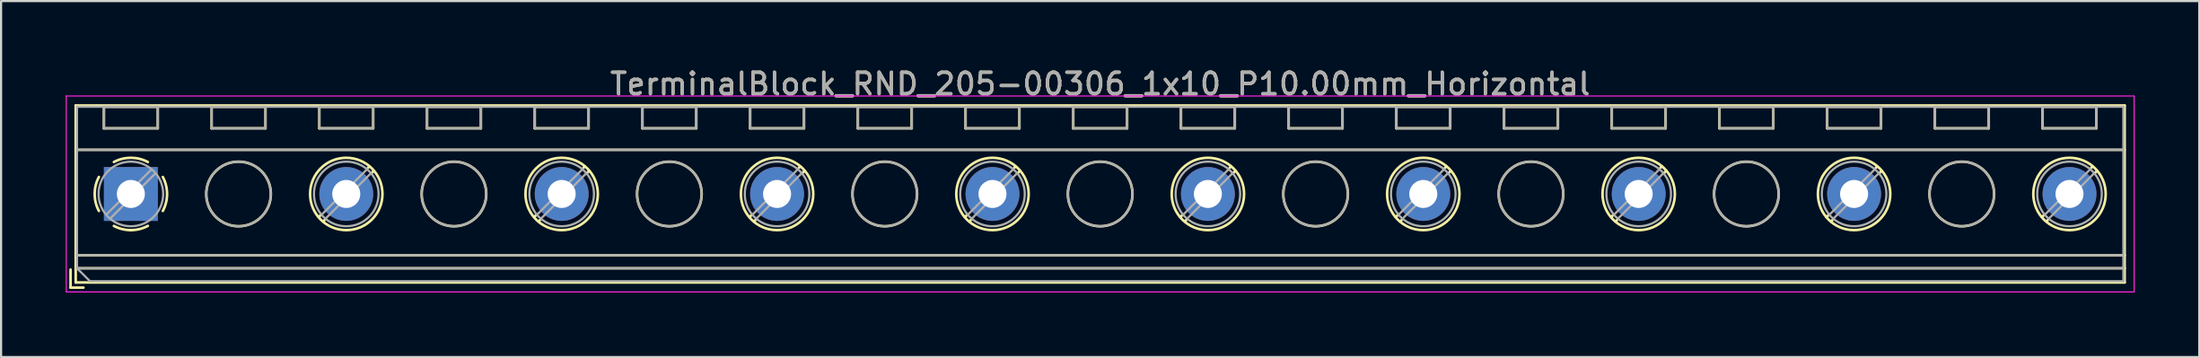
<source format=kicad_pcb>
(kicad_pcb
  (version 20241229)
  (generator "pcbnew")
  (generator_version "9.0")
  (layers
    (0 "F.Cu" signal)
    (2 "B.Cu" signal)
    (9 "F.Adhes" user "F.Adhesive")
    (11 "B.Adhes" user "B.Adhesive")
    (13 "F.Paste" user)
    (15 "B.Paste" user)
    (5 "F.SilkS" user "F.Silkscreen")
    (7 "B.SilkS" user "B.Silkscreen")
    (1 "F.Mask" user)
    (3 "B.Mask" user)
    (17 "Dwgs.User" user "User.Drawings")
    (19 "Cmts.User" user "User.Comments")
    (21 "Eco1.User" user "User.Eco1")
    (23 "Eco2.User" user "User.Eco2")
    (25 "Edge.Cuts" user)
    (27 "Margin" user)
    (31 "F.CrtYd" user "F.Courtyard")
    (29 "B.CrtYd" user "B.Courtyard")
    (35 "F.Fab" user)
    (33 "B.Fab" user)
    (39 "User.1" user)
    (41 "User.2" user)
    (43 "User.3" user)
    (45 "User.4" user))
  (footprint "TerminalBlock_RND_205-00306_1x10_P10.00mm_Horizontal"
    (layer "F.Cu")
    (at 3.025 5.958)
    (property "Reference" "TerminalBlock_RND_205-00306_1x10_P10.00mm_Horizontal" (at 45 -5.11 0) (layer "F.SilkS") (effects (font (size 1 1) (thickness 0.15))))
    (attr through_hole)
    (fp_line (start -2.8 3.51) (end -2.8 4.35) (stroke (width 0.12) (type solid)) (layer "F.SilkS"))
    (fp_line (start -2.8 4.35) (end -2.2 4.35) (stroke (width 0.12) (type solid)) (layer "F.SilkS"))
    (fp_line (start -2.56 -4.11) (end -2.56 4.11) (stroke (width 0.12) (type solid)) (layer "F.SilkS"))
    (fp_line (start -2.56 -4.11) (end 92.56 -4.11) (stroke (width 0.12) (type solid)) (layer "F.SilkS"))
    (fp_line (start -2.56 -2.05) (end 92.56 -2.05) (stroke (width 0.12) (type solid)) (layer "F.SilkS"))
    (fp_line (start -2.56 2.85) (end 92.56 2.85) (stroke (width 0.12) (type solid)) (layer "F.SilkS"))
    (fp_line (start -2.56 3.45) (end 92.56 3.45) (stroke (width 0.12) (type solid)) (layer "F.SilkS"))
    (fp_line (start -2.56 4.11) (end 92.56 4.11) (stroke (width 0.12) (type solid)) (layer "F.SilkS"))
    (fp_line (start -1.25 -4.05) (end -1.25 -3.05) (stroke (width 0.12) (type solid)) (layer "F.SilkS"))
    (fp_line (start -1.25 -4.05) (end 1.25 -4.05) (stroke (width 0.12) (type solid)) (layer "F.SilkS"))
    (fp_line (start -1.25 -3.05) (end 1.25 -3.05) (stroke (width 0.12) (type solid)) (layer "F.SilkS"))
    (fp_line (start 1.25 -4.05) (end 1.25 -3.05) (stroke (width 0.12) (type solid)) (layer "F.SilkS"))
    (fp_line (start 3.75 -4.05) (end 3.75 -3.05) (stroke (width 0.12) (type solid)) (layer "F.SilkS"))
    (fp_line (start 3.75 -4.05) (end 6.25 -4.05) (stroke (width 0.12) (type solid)) (layer "F.SilkS"))
    (fp_line (start 3.75 -3.05) (end 6.25 -3.05) (stroke (width 0.12) (type solid)) (layer "F.SilkS"))
    (fp_line (start 6.25 -4.05) (end 6.25 -3.05) (stroke (width 0.12) (type solid)) (layer "F.SilkS"))
    (fp_line (start 8.75 -4.05) (end 8.75 -3.05) (stroke (width 0.12) (type solid)) (layer "F.SilkS"))
    (fp_line (start 8.75 -4.05) (end 11.25 -4.05) (stroke (width 0.12) (type solid)) (layer "F.SilkS"))
    (fp_line (start 8.75 -3.05) (end 11.25 -3.05) (stroke (width 0.12) (type solid)) (layer "F.SilkS"))
    (fp_line (start 8.82 0.976) (end 8.726 1.069) (stroke (width 0.12) (type solid)) (layer "F.SilkS"))
    (fp_line (start 8.99 1.216) (end 8.931 1.274) (stroke (width 0.12) (type solid)) (layer "F.SilkS"))
    (fp_line (start 11.07 -1.275) (end 11.011 -1.216) (stroke (width 0.12) (type solid)) (layer "F.SilkS"))
    (fp_line (start 11.25 -4.05) (end 11.25 -3.05) (stroke (width 0.12) (type solid)) (layer "F.SilkS"))
    (fp_line (start 11.275 -1.069) (end 11.181 -0.976) (stroke (width 0.12) (type solid)) (layer "F.SilkS"))
    (fp_line (start 13.75 -4.05) (end 13.75 -3.05) (stroke (width 0.12) (type solid)) (layer "F.SilkS"))
    (fp_line (start 13.75 -4.05) (end 16.25 -4.05) (stroke (width 0.12) (type solid)) (layer "F.SilkS"))
    (fp_line (start 13.75 -3.05) (end 16.25 -3.05) (stroke (width 0.12) (type solid)) (layer "F.SilkS"))
    (fp_line (start 16.25 -4.05) (end 16.25 -3.05) (stroke (width 0.12) (type solid)) (layer "F.SilkS"))
    (fp_line (start 18.75 -4.05) (end 18.75 -3.05) (stroke (width 0.12) (type solid)) (layer "F.SilkS"))
    (fp_line (start 18.75 -4.05) (end 21.25 -4.05) (stroke (width 0.12) (type solid)) (layer "F.SilkS"))
    (fp_line (start 18.75 -3.05) (end 21.25 -3.05) (stroke (width 0.12) (type solid)) (layer "F.SilkS"))
    (fp_line (start 18.82 0.976) (end 18.726 1.069) (stroke (width 0.12) (type solid)) (layer "F.SilkS"))
    (fp_line (start 18.99 1.216) (end 18.931 1.274) (stroke (width 0.12) (type solid)) (layer "F.SilkS"))
    (fp_line (start 21.07 -1.275) (end 21.011 -1.216) (stroke (width 0.12) (type solid)) (layer "F.SilkS"))
    (fp_line (start 21.25 -4.05) (end 21.25 -3.05) (stroke (width 0.12) (type solid)) (layer "F.SilkS"))
    (fp_line (start 21.275 -1.069) (end 21.181 -0.976) (stroke (width 0.12) (type solid)) (layer "F.SilkS"))
    (fp_line (start 23.75 -4.05) (end 23.75 -3.05) (stroke (width 0.12) (type solid)) (layer "F.SilkS"))
    (fp_line (start 23.75 -4.05) (end 26.25 -4.05) (stroke (width 0.12) (type solid)) (layer "F.SilkS"))
    (fp_line (start 23.75 -3.05) (end 26.25 -3.05) (stroke (width 0.12) (type solid)) (layer "F.SilkS"))
    (fp_line (start 26.25 -4.05) (end 26.25 -3.05) (stroke (width 0.12) (type solid)) (layer "F.SilkS"))
    (fp_line (start 28.75 -4.05) (end 28.75 -3.05) (stroke (width 0.12) (type solid)) (layer "F.SilkS"))
    (fp_line (start 28.75 -4.05) (end 31.25 -4.05) (stroke (width 0.12) (type solid)) (layer "F.SilkS"))
    (fp_line (start 28.75 -3.05) (end 31.25 -3.05) (stroke (width 0.12) (type solid)) (layer "F.SilkS"))
    (fp_line (start 28.82 0.976) (end 28.726 1.069) (stroke (width 0.12) (type solid)) (layer "F.SilkS"))
    (fp_line (start 28.99 1.216) (end 28.931 1.274) (stroke (width 0.12) (type solid)) (layer "F.SilkS"))
    (fp_line (start 31.07 -1.275) (end 31.011 -1.216) (stroke (width 0.12) (type solid)) (layer "F.SilkS"))
    (fp_line (start 31.25 -4.05) (end 31.25 -3.05) (stroke (width 0.12) (type solid)) (layer "F.SilkS"))
    (fp_line (start 31.275 -1.069) (end 31.181 -0.976) (stroke (width 0.12) (type solid)) (layer "F.SilkS"))
    (fp_line (start 33.75 -4.05) (end 33.75 -3.05) (stroke (width 0.12) (type solid)) (layer "F.SilkS"))
    (fp_line (start 33.75 -4.05) (end 36.25 -4.05) (stroke (width 0.12) (type solid)) (layer "F.SilkS"))
    (fp_line (start 33.75 -3.05) (end 36.25 -3.05) (stroke (width 0.12) (type solid)) (layer "F.SilkS"))
    (fp_line (start 36.25 -4.05) (end 36.25 -3.05) (stroke (width 0.12) (type solid)) (layer "F.SilkS"))
    (fp_line (start 38.75 -4.05) (end 38.75 -3.05) (stroke (width 0.12) (type solid)) (layer "F.SilkS"))
    (fp_line (start 38.75 -4.05) (end 41.25 -4.05) (stroke (width 0.12) (type solid)) (layer "F.SilkS"))
    (fp_line (start 38.75 -3.05) (end 41.25 -3.05) (stroke (width 0.12) (type solid)) (layer "F.SilkS"))
    (fp_line (start 38.82 0.976) (end 38.726 1.069) (stroke (width 0.12) (type solid)) (layer "F.SilkS"))
    (fp_line (start 38.99 1.216) (end 38.931 1.274) (stroke (width 0.12) (type solid)) (layer "F.SilkS"))
    (fp_line (start 41.07 -1.275) (end 41.011 -1.216) (stroke (width 0.12) (type solid)) (layer "F.SilkS"))
    (fp_line (start 41.25 -4.05) (end 41.25 -3.05) (stroke (width 0.12) (type solid)) (layer "F.SilkS"))
    (fp_line (start 41.275 -1.069) (end 41.181 -0.976) (stroke (width 0.12) (type solid)) (layer "F.SilkS"))
    (fp_line (start 43.75 -4.05) (end 43.75 -3.05) (stroke (width 0.12) (type solid)) (layer "F.SilkS"))
    (fp_line (start 43.75 -4.05) (end 46.25 -4.05) (stroke (width 0.12) (type solid)) (layer "F.SilkS"))
    (fp_line (start 43.75 -3.05) (end 46.25 -3.05) (stroke (width 0.12) (type solid)) (layer "F.SilkS"))
    (fp_line (start 46.25 -4.05) (end 46.25 -3.05) (stroke (width 0.12) (type solid)) (layer "F.SilkS"))
    (fp_line (start 48.75 -4.05) (end 48.75 -3.05) (stroke (width 0.12) (type solid)) (layer "F.SilkS"))
    (fp_line (start 48.75 -4.05) (end 51.25 -4.05) (stroke (width 0.12) (type solid)) (layer "F.SilkS"))
    (fp_line (start 48.75 -3.05) (end 51.25 -3.05) (stroke (width 0.12) (type solid)) (layer "F.SilkS"))
    (fp_line (start 48.82 0.976) (end 48.726 1.069) (stroke (width 0.12) (type solid)) (layer "F.SilkS"))
    (fp_line (start 48.99 1.216) (end 48.931 1.274) (stroke (width 0.12) (type solid)) (layer "F.SilkS"))
    (fp_line (start 51.07 -1.275) (end 51.011 -1.216) (stroke (width 0.12) (type solid)) (layer "F.SilkS"))
    (fp_line (start 51.25 -4.05) (end 51.25 -3.05) (stroke (width 0.12) (type solid)) (layer "F.SilkS"))
    (fp_line (start 51.275 -1.069) (end 51.181 -0.976) (stroke (width 0.12) (type solid)) (layer "F.SilkS"))
    (fp_line (start 53.75 -4.05) (end 53.75 -3.05) (stroke (width 0.12) (type solid)) (layer "F.SilkS"))
    (fp_line (start 53.75 -4.05) (end 56.25 -4.05) (stroke (width 0.12) (type solid)) (layer "F.SilkS"))
    (fp_line (start 53.75 -3.05) (end 56.25 -3.05) (stroke (width 0.12) (type solid)) (layer "F.SilkS"))
    (fp_line (start 56.25 -4.05) (end 56.25 -3.05) (stroke (width 0.12) (type solid)) (layer "F.SilkS"))
    (fp_line (start 58.75 -4.05) (end 58.75 -3.05) (stroke (width 0.12) (type solid)) (layer "F.SilkS"))
    (fp_line (start 58.75 -4.05) (end 61.25 -4.05) (stroke (width 0.12) (type solid)) (layer "F.SilkS"))
    (fp_line (start 58.75 -3.05) (end 61.25 -3.05) (stroke (width 0.12) (type solid)) (layer "F.SilkS"))
    (fp_line (start 58.82 0.976) (end 58.726 1.069) (stroke (width 0.12) (type solid)) (layer "F.SilkS"))
    (fp_line (start 58.99 1.216) (end 58.931 1.274) (stroke (width 0.12) (type solid)) (layer "F.SilkS"))
    (fp_line (start 61.07 -1.275) (end 61.011 -1.216) (stroke (width 0.12) (type solid)) (layer "F.SilkS"))
    (fp_line (start 61.25 -4.05) (end 61.25 -3.05) (stroke (width 0.12) (type solid)) (layer "F.SilkS"))
    (fp_line (start 61.275 -1.069) (end 61.181 -0.976) (stroke (width 0.12) (type solid)) (layer "F.SilkS"))
    (fp_line (start 63.75 -4.05) (end 63.75 -3.05) (stroke (width 0.12) (type solid)) (layer "F.SilkS"))
    (fp_line (start 63.75 -4.05) (end 66.25 -4.05) (stroke (width 0.12) (type solid)) (layer "F.SilkS"))
    (fp_line (start 63.75 -3.05) (end 66.25 -3.05) (stroke (width 0.12) (type solid)) (layer "F.SilkS"))
    (fp_line (start 66.25 -4.05) (end 66.25 -3.05) (stroke (width 0.12) (type solid)) (layer "F.SilkS"))
    (fp_line (start 68.75 -4.05) (end 68.75 -3.05) (stroke (width 0.12) (type solid)) (layer "F.SilkS"))
    (fp_line (start 68.75 -4.05) (end 71.25 -4.05) (stroke (width 0.12) (type solid)) (layer "F.SilkS"))
    (fp_line (start 68.75 -3.05) (end 71.25 -3.05) (stroke (width 0.12) (type solid)) (layer "F.SilkS"))
    (fp_line (start 68.82 0.976) (end 68.726 1.069) (stroke (width 0.12) (type solid)) (layer "F.SilkS"))
    (fp_line (start 68.99 1.216) (end 68.931 1.274) (stroke (width 0.12) (type solid)) (layer "F.SilkS"))
    (fp_line (start 71.07 -1.275) (end 71.011 -1.216) (stroke (width 0.12) (type solid)) (layer "F.SilkS"))
    (fp_line (start 71.25 -4.05) (end 71.25 -3.05) (stroke (width 0.12) (type solid)) (layer "F.SilkS"))
    (fp_line (start 71.275 -1.069) (end 71.181 -0.976) (stroke (width 0.12) (type solid)) (layer "F.SilkS"))
    (fp_line (start 73.75 -4.05) (end 73.75 -3.05) (stroke (width 0.12) (type solid)) (layer "F.SilkS"))
    (fp_line (start 73.75 -4.05) (end 76.25 -4.05) (stroke (width 0.12) (type solid)) (layer "F.SilkS"))
    (fp_line (start 73.75 -3.05) (end 76.25 -3.05) (stroke (width 0.12) (type solid)) (layer "F.SilkS"))
    (fp_line (start 76.25 -4.05) (end 76.25 -3.05) (stroke (width 0.12) (type solid)) (layer "F.SilkS"))
    (fp_line (start 78.75 -4.05) (end 78.75 -3.05) (stroke (width 0.12) (type solid)) (layer "F.SilkS"))
    (fp_line (start 78.75 -4.05) (end 81.25 -4.05) (stroke (width 0.12) (type solid)) (layer "F.SilkS"))
    (fp_line (start 78.75 -3.05) (end 81.25 -3.05) (stroke (width 0.12) (type solid)) (layer "F.SilkS"))
    (fp_line (start 78.82 0.976) (end 78.726 1.069) (stroke (width 0.12) (type solid)) (layer "F.SilkS"))
    (fp_line (start 78.99 1.216) (end 78.931 1.274) (stroke (width 0.12) (type solid)) (layer "F.SilkS"))
    (fp_line (start 81.07 -1.275) (end 81.011 -1.216) (stroke (width 0.12) (type solid)) (layer "F.SilkS"))
    (fp_line (start 81.25 -4.05) (end 81.25 -3.05) (stroke (width 0.12) (type solid)) (layer "F.SilkS"))
    (fp_line (start 81.275 -1.069) (end 81.181 -0.976) (stroke (width 0.12) (type solid)) (layer "F.SilkS"))
    (fp_line (start 83.75 -4.05) (end 83.75 -3.05) (stroke (width 0.12) (type solid)) (layer "F.SilkS"))
    (fp_line (start 83.75 -4.05) (end 86.25 -4.05) (stroke (width 0.12) (type solid)) (layer "F.SilkS"))
    (fp_line (start 83.75 -3.05) (end 86.25 -3.05) (stroke (width 0.12) (type solid)) (layer "F.SilkS"))
    (fp_line (start 86.25 -4.05) (end 86.25 -3.05) (stroke (width 0.12) (type solid)) (layer "F.SilkS"))
    (fp_line (start 88.75 -4.05) (end 88.75 -3.05) (stroke (width 0.12) (type solid)) (layer "F.SilkS"))
    (fp_line (start 88.75 -4.05) (end 91.25 -4.05) (stroke (width 0.12) (type solid)) (layer "F.SilkS"))
    (fp_line (start 88.75 -3.05) (end 91.25 -3.05) (stroke (width 0.12) (type solid)) (layer "F.SilkS"))
    (fp_line (start 88.82 0.976) (end 88.726 1.069) (stroke (width 0.12) (type solid)) (layer "F.SilkS"))
    (fp_line (start 88.99 1.216) (end 88.931 1.274) (stroke (width 0.12) (type solid)) (layer "F.SilkS"))
    (fp_line (start 91.07 -1.275) (end 91.011 -1.216) (stroke (width 0.12) (type solid)) (layer "F.SilkS"))
    (fp_line (start 91.25 -4.05) (end 91.25 -3.05) (stroke (width 0.12) (type solid)) (layer "F.SilkS"))
    (fp_line (start 91.275 -1.069) (end 91.181 -0.976) (stroke (width 0.12) (type solid)) (layer "F.SilkS"))
    (fp_line (start 92.56 -4.11) (end 92.56 4.11) (stroke (width 0.12) (type solid)) (layer "F.SilkS"))
    (fp_arc (start -1.483953 0.789089) (mid -1.680708 0.00005) (end -1.484 -0.789) (stroke (width 0.12) (type solid)) (layer "F.SilkS"))
    (fp_arc (start -0.789089 -1.483953) (mid -0.00005 -1.680708) (end 0.789 -1.484) (stroke (width 0.12) (type solid)) (layer "F.SilkS"))
    (fp_arc (start 0.029383 1.68045) (mid -0.392304 1.634281) (end -0.789 1.484) (stroke (width 0.12) (type solid)) (layer "F.SilkS"))
    (fp_arc (start 0.788712 1.483352) (mid 0.406429 1.630097) (end 0 1.68) (stroke (width 0.12) (type solid)) (layer "F.SilkS"))
    (fp_arc (start 1.483953 -0.789089) (mid 1.680708 -0.00005) (end 1.484 0.789) (stroke (width 0.12) (type solid)) (layer "F.SilkS"))
    (fp_circle (center 5 0) (end 6.5 0) (stroke (width 0.12) (type solid)) (fill no) (layer "F.SilkS"))
    (fp_circle (center 10 0) (end 11.68 0) (stroke (width 0.12) (type solid)) (fill no) (layer "F.SilkS"))
    (fp_circle (center 15 0) (end 16.5 0) (stroke (width 0.12) (type solid)) (fill no) (layer "F.SilkS"))
    (fp_circle (center 20 0) (end 21.68 0) (stroke (width 0.12) (type solid)) (fill no) (layer "F.SilkS"))
    (fp_circle (center 25 0) (end 26.5 0) (stroke (width 0.12) (type solid)) (fill no) (layer "F.SilkS"))
    (fp_circle (center 30 0) (end 31.68 0) (stroke (width 0.12) (type solid)) (fill no) (layer "F.SilkS"))
    (fp_circle (center 35 0) (end 36.5 0) (stroke (width 0.12) (type solid)) (fill no) (layer "F.SilkS"))
    (fp_circle (center 40 0) (end 41.68 0) (stroke (width 0.12) (type solid)) (fill no) (layer "F.SilkS"))
    (fp_circle (center 45 0) (end 46.5 0) (stroke (width 0.12) (type solid)) (fill no) (layer "F.SilkS"))
    (fp_circle (center 50 0) (end 51.68 0) (stroke (width 0.12) (type solid)) (fill no) (layer "F.SilkS"))
    (fp_circle (center 55 0) (end 56.5 0) (stroke (width 0.12) (type solid)) (fill no) (layer "F.SilkS"))
    (fp_circle (center 60 0) (end 61.68 0) (stroke (width 0.12) (type solid)) (fill no) (layer "F.SilkS"))
    (fp_circle (center 65 0) (end 66.5 0) (stroke (width 0.12) (type solid)) (fill no) (layer "F.SilkS"))
    (fp_circle (center 70 0) (end 71.68 0) (stroke (width 0.12) (type solid)) (fill no) (layer "F.SilkS"))
    (fp_circle (center 75 0) (end 76.5 0) (stroke (width 0.12) (type solid)) (fill no) (layer "F.SilkS"))
    (fp_circle (center 80 0) (end 81.68 0) (stroke (width 0.12) (type solid)) (fill no) (layer "F.SilkS"))
    (fp_circle (center 85 0) (end 86.5 0) (stroke (width 0.12) (type solid)) (fill no) (layer "F.SilkS"))
    (fp_circle (center 90 0) (end 91.68 0) (stroke (width 0.12) (type solid)) (fill no) (layer "F.SilkS"))
    (fp_line (start -3 -4.55) (end -3 4.55) (stroke (width 0.05) (type solid)) (layer "F.CrtYd"))
    (fp_line (start -3 4.55) (end 93 4.55) (stroke (width 0.05) (type solid)) (layer "F.CrtYd"))
    (fp_line (start 93 -4.55) (end -3 -4.55) (stroke (width 0.05) (type solid)) (layer "F.CrtYd"))
    (fp_line (start 93 4.55) (end 93 -4.55) (stroke (width 0.05) (type solid)) (layer "F.CrtYd"))
    (fp_line (start -2.5 -4.05) (end 92.5 -4.05) (stroke (width 0.1) (type solid)) (layer "F.Fab"))
    (fp_line (start -2.5 -2.05) (end 92.5 -2.05) (stroke (width 0.1) (type solid)) (layer "F.Fab"))
    (fp_line (start -2.5 2.85) (end 92.5 2.85) (stroke (width 0.1) (type solid)) (layer "F.Fab"))
    (fp_line (start -2.5 3.45) (end -2.5 -4.05) (stroke (width 0.1) (type solid)) (layer "F.Fab"))
    (fp_line (start -2.5 3.45) (end 92.5 3.45) (stroke (width 0.1) (type solid)) (layer "F.Fab"))
    (fp_line (start -1.9 4.05) (end -2.5 3.45) (stroke (width 0.1) (type solid)) (layer "F.Fab"))
    (fp_line (start -1.25 -4.05) (end -1.25 -3.05) (stroke (width 0.1) (type solid)) (layer "F.Fab"))
    (fp_line (start -1.25 -3.05) (end 1.25 -3.05) (stroke (width 0.1) (type solid)) (layer "F.Fab"))
    (fp_line (start 0.955 -1.138) (end -1.138 0.955) (stroke (width 0.1) (type solid)) (layer "F.Fab"))
    (fp_line (start 1.138 -0.955) (end -0.955 1.138) (stroke (width 0.1) (type solid)) (layer "F.Fab"))
    (fp_line (start 1.25 -4.05) (end -1.25 -4.05) (stroke (width 0.1) (type solid)) (layer "F.Fab"))
    (fp_line (start 1.25 -3.05) (end 1.25 -4.05) (stroke (width 0.1) (type solid)) (layer "F.Fab"))
    (fp_line (start 3.75 -4.05) (end 3.75 -3.05) (stroke (width 0.1) (type solid)) (layer "F.Fab"))
    (fp_line (start 3.75 -3.05) (end 6.25 -3.05) (stroke (width 0.1) (type solid)) (layer "F.Fab"))
    (fp_line (start 6.25 -4.05) (end 3.75 -4.05) (stroke (width 0.1) (type solid)) (layer "F.Fab"))
    (fp_line (start 6.25 -3.05) (end 6.25 -4.05) (stroke (width 0.1) (type solid)) (layer "F.Fab"))
    (fp_line (start 8.75 -4.05) (end 8.75 -3.05) (stroke (width 0.1) (type solid)) (layer "F.Fab"))
    (fp_line (start 8.75 -3.05) (end 11.25 -3.05) (stroke (width 0.1) (type solid)) (layer "F.Fab"))
    (fp_line (start 10.955 -1.138) (end 8.863 0.955) (stroke (width 0.1) (type solid)) (layer "F.Fab"))
    (fp_line (start 11.138 -0.955) (end 9.046 1.138) (stroke (width 0.1) (type solid)) (layer "F.Fab"))
    (fp_line (start 11.25 -4.05) (end 8.75 -4.05) (stroke (width 0.1) (type solid)) (layer "F.Fab"))
    (fp_line (start 11.25 -3.05) (end 11.25 -4.05) (stroke (width 0.1) (type solid)) (layer "F.Fab"))
    (fp_line (start 13.75 -4.05) (end 13.75 -3.05) (stroke (width 0.1) (type solid)) (layer "F.Fab"))
    (fp_line (start 13.75 -3.05) (end 16.25 -3.05) (stroke (width 0.1) (type solid)) (layer "F.Fab"))
    (fp_line (start 16.25 -4.05) (end 13.75 -4.05) (stroke (width 0.1) (type solid)) (layer "F.Fab"))
    (fp_line (start 16.25 -3.05) (end 16.25 -4.05) (stroke (width 0.1) (type solid)) (layer "F.Fab"))
    (fp_line (start 18.75 -4.05) (end 18.75 -3.05) (stroke (width 0.1) (type solid)) (layer "F.Fab"))
    (fp_line (start 18.75 -3.05) (end 21.25 -3.05) (stroke (width 0.1) (type solid)) (layer "F.Fab"))
    (fp_line (start 20.955 -1.138) (end 18.863 0.955) (stroke (width 0.1) (type solid)) (layer "F.Fab"))
    (fp_line (start 21.138 -0.955) (end 19.046 1.138) (stroke (width 0.1) (type solid)) (layer "F.Fab"))
    (fp_line (start 21.25 -4.05) (end 18.75 -4.05) (stroke (width 0.1) (type solid)) (layer "F.Fab"))
    (fp_line (start 21.25 -3.05) (end 21.25 -4.05) (stroke (width 0.1) (type solid)) (layer "F.Fab"))
    (fp_line (start 23.75 -4.05) (end 23.75 -3.05) (stroke (width 0.1) (type solid)) (layer "F.Fab"))
    (fp_line (start 23.75 -3.05) (end 26.25 -3.05) (stroke (width 0.1) (type solid)) (layer "F.Fab"))
    (fp_line (start 26.25 -4.05) (end 23.75 -4.05) (stroke (width 0.1) (type solid)) (layer "F.Fab"))
    (fp_line (start 26.25 -3.05) (end 26.25 -4.05) (stroke (width 0.1) (type solid)) (layer "F.Fab"))
    (fp_line (start 28.75 -4.05) (end 28.75 -3.05) (stroke (width 0.1) (type solid)) (layer "F.Fab"))
    (fp_line (start 28.75 -3.05) (end 31.25 -3.05) (stroke (width 0.1) (type solid)) (layer "F.Fab"))
    (fp_line (start 30.955 -1.138) (end 28.863 0.955) (stroke (width 0.1) (type solid)) (layer "F.Fab"))
    (fp_line (start 31.138 -0.955) (end 29.046 1.138) (stroke (width 0.1) (type solid)) (layer "F.Fab"))
    (fp_line (start 31.25 -4.05) (end 28.75 -4.05) (stroke (width 0.1) (type solid)) (layer "F.Fab"))
    (fp_line (start 31.25 -3.05) (end 31.25 -4.05) (stroke (width 0.1) (type solid)) (layer "F.Fab"))
    (fp_line (start 33.75 -4.05) (end 33.75 -3.05) (stroke (width 0.1) (type solid)) (layer "F.Fab"))
    (fp_line (start 33.75 -3.05) (end 36.25 -3.05) (stroke (width 0.1) (type solid)) (layer "F.Fab"))
    (fp_line (start 36.25 -4.05) (end 33.75 -4.05) (stroke (width 0.1) (type solid)) (layer "F.Fab"))
    (fp_line (start 36.25 -3.05) (end 36.25 -4.05) (stroke (width 0.1) (type solid)) (layer "F.Fab"))
    (fp_line (start 38.75 -4.05) (end 38.75 -3.05) (stroke (width 0.1) (type solid)) (layer "F.Fab"))
    (fp_line (start 38.75 -3.05) (end 41.25 -3.05) (stroke (width 0.1) (type solid)) (layer "F.Fab"))
    (fp_line (start 40.955 -1.138) (end 38.863 0.955) (stroke (width 0.1) (type solid)) (layer "F.Fab"))
    (fp_line (start 41.138 -0.955) (end 39.046 1.138) (stroke (width 0.1) (type solid)) (layer "F.Fab"))
    (fp_line (start 41.25 -4.05) (end 38.75 -4.05) (stroke (width 0.1) (type solid)) (layer "F.Fab"))
    (fp_line (start 41.25 -3.05) (end 41.25 -4.05) (stroke (width 0.1) (type solid)) (layer "F.Fab"))
    (fp_line (start 43.75 -4.05) (end 43.75 -3.05) (stroke (width 0.1) (type solid)) (layer "F.Fab"))
    (fp_line (start 43.75 -3.05) (end 46.25 -3.05) (stroke (width 0.1) (type solid)) (layer "F.Fab"))
    (fp_line (start 46.25 -4.05) (end 43.75 -4.05) (stroke (width 0.1) (type solid)) (layer "F.Fab"))
    (fp_line (start 46.25 -3.05) (end 46.25 -4.05) (stroke (width 0.1) (type solid)) (layer "F.Fab"))
    (fp_line (start 48.75 -4.05) (end 48.75 -3.05) (stroke (width 0.1) (type solid)) (layer "F.Fab"))
    (fp_line (start 48.75 -3.05) (end 51.25 -3.05) (stroke (width 0.1) (type solid)) (layer "F.Fab"))
    (fp_line (start 50.955 -1.138) (end 48.863 0.955) (stroke (width 0.1) (type solid)) (layer "F.Fab"))
    (fp_line (start 51.138 -0.955) (end 49.046 1.138) (stroke (width 0.1) (type solid)) (layer "F.Fab"))
    (fp_line (start 51.25 -4.05) (end 48.75 -4.05) (stroke (width 0.1) (type solid)) (layer "F.Fab"))
    (fp_line (start 51.25 -3.05) (end 51.25 -4.05) (stroke (width 0.1) (type solid)) (layer "F.Fab"))
    (fp_line (start 53.75 -4.05) (end 53.75 -3.05) (stroke (width 0.1) (type solid)) (layer "F.Fab"))
    (fp_line (start 53.75 -3.05) (end 56.25 -3.05) (stroke (width 0.1) (type solid)) (layer "F.Fab"))
    (fp_line (start 56.25 -4.05) (end 53.75 -4.05) (stroke (width 0.1) (type solid)) (layer "F.Fab"))
    (fp_line (start 56.25 -3.05) (end 56.25 -4.05) (stroke (width 0.1) (type solid)) (layer "F.Fab"))
    (fp_line (start 58.75 -4.05) (end 58.75 -3.05) (stroke (width 0.1) (type solid)) (layer "F.Fab"))
    (fp_line (start 58.75 -3.05) (end 61.25 -3.05) (stroke (width 0.1) (type solid)) (layer "F.Fab"))
    (fp_line (start 60.955 -1.138) (end 58.863 0.955) (stroke (width 0.1) (type solid)) (layer "F.Fab"))
    (fp_line (start 61.138 -0.955) (end 59.046 1.138) (stroke (width 0.1) (type solid)) (layer "F.Fab"))
    (fp_line (start 61.25 -4.05) (end 58.75 -4.05) (stroke (width 0.1) (type solid)) (layer "F.Fab"))
    (fp_line (start 61.25 -3.05) (end 61.25 -4.05) (stroke (width 0.1) (type solid)) (layer "F.Fab"))
    (fp_line (start 63.75 -4.05) (end 63.75 -3.05) (stroke (width 0.1) (type solid)) (layer "F.Fab"))
    (fp_line (start 63.75 -3.05) (end 66.25 -3.05) (stroke (width 0.1) (type solid)) (layer "F.Fab"))
    (fp_line (start 66.25 -4.05) (end 63.75 -4.05) (stroke (width 0.1) (type solid)) (layer "F.Fab"))
    (fp_line (start 66.25 -3.05) (end 66.25 -4.05) (stroke (width 0.1) (type solid)) (layer "F.Fab"))
    (fp_line (start 68.75 -4.05) (end 68.75 -3.05) (stroke (width 0.1) (type solid)) (layer "F.Fab"))
    (fp_line (start 68.75 -3.05) (end 71.25 -3.05) (stroke (width 0.1) (type solid)) (layer "F.Fab"))
    (fp_line (start 70.955 -1.138) (end 68.863 0.955) (stroke (width 0.1) (type solid)) (layer "F.Fab"))
    (fp_line (start 71.138 -0.955) (end 69.046 1.138) (stroke (width 0.1) (type solid)) (layer "F.Fab"))
    (fp_line (start 71.25 -4.05) (end 68.75 -4.05) (stroke (width 0.1) (type solid)) (layer "F.Fab"))
    (fp_line (start 71.25 -3.05) (end 71.25 -4.05) (stroke (width 0.1) (type solid)) (layer "F.Fab"))
    (fp_line (start 73.75 -4.05) (end 73.75 -3.05) (stroke (width 0.1) (type solid)) (layer "F.Fab"))
    (fp_line (start 73.75 -3.05) (end 76.25 -3.05) (stroke (width 0.1) (type solid)) (layer "F.Fab"))
    (fp_line (start 76.25 -4.05) (end 73.75 -4.05) (stroke (width 0.1) (type solid)) (layer "F.Fab"))
    (fp_line (start 76.25 -3.05) (end 76.25 -4.05) (stroke (width 0.1) (type solid)) (layer "F.Fab"))
    (fp_line (start 78.75 -4.05) (end 78.75 -3.05) (stroke (width 0.1) (type solid)) (layer "F.Fab"))
    (fp_line (start 78.75 -3.05) (end 81.25 -3.05) (stroke (width 0.1) (type solid)) (layer "F.Fab"))
    (fp_line (start 80.955 -1.138) (end 78.863 0.955) (stroke (width 0.1) (type solid)) (layer "F.Fab"))
    (fp_line (start 81.138 -0.955) (end 79.046 1.138) (stroke (width 0.1) (type solid)) (layer "F.Fab"))
    (fp_line (start 81.25 -4.05) (end 78.75 -4.05) (stroke (width 0.1) (type solid)) (layer "F.Fab"))
    (fp_line (start 81.25 -3.05) (end 81.25 -4.05) (stroke (width 0.1) (type solid)) (layer "F.Fab"))
    (fp_line (start 83.75 -4.05) (end 83.75 -3.05) (stroke (width 0.1) (type solid)) (layer "F.Fab"))
    (fp_line (start 83.75 -3.05) (end 86.25 -3.05) (stroke (width 0.1) (type solid)) (layer "F.Fab"))
    (fp_line (start 86.25 -4.05) (end 83.75 -4.05) (stroke (width 0.1) (type solid)) (layer "F.Fab"))
    (fp_line (start 86.25 -3.05) (end 86.25 -4.05) (stroke (width 0.1) (type solid)) (layer "F.Fab"))
    (fp_line (start 88.75 -4.05) (end 88.75 -3.05) (stroke (width 0.1) (type solid)) (layer "F.Fab"))
    (fp_line (start 88.75 -3.05) (end 91.25 -3.05) (stroke (width 0.1) (type solid)) (layer "F.Fab"))
    (fp_line (start 90.955 -1.138) (end 88.863 0.955) (stroke (width 0.1) (type solid)) (layer "F.Fab"))
    (fp_line (start 91.138 -0.955) (end 89.046 1.138) (stroke (width 0.1) (type solid)) (layer "F.Fab"))
    (fp_line (start 91.25 -4.05) (end 88.75 -4.05) (stroke (width 0.1) (type solid)) (layer "F.Fab"))
    (fp_line (start 91.25 -3.05) (end 91.25 -4.05) (stroke (width 0.1) (type solid)) (layer "F.Fab"))
    (fp_line (start 92.5 -4.05) (end 92.5 4.05) (stroke (width 0.1) (type solid)) (layer "F.Fab"))
    (fp_line (start 92.5 4.05) (end -1.9 4.05) (stroke (width 0.1) (type solid)) (layer "F.Fab"))
    (fp_circle (center 0 0) (end 1.5 0) (stroke (width 0.1) (type solid)) (fill no) (layer "F.Fab"))
    (fp_circle (center 5 0) (end 6.5 0) (stroke (width 0.1) (type solid)) (fill no) (layer "F.Fab"))
    (fp_circle (center 10 0) (end 11.5 0) (stroke (width 0.1) (type solid)) (fill no) (layer "F.Fab"))
    (fp_circle (center 15 0) (end 16.5 0) (stroke (width 0.1) (type solid)) (fill no) (layer "F.Fab"))
    (fp_circle (center 20 0) (end 21.5 0) (stroke (width 0.1) (type solid)) (fill no) (layer "F.Fab"))
    (fp_circle (center 25 0) (end 26.5 0) (stroke (width 0.1) (type solid)) (fill no) (layer "F.Fab"))
    (fp_circle (center 30 0) (end 31.5 0) (stroke (width 0.1) (type solid)) (fill no) (layer "F.Fab"))
    (fp_circle (center 35 0) (end 36.5 0) (stroke (width 0.1) (type solid)) (fill no) (layer "F.Fab"))
    (fp_circle (center 40 0) (end 41.5 0) (stroke (width 0.1) (type solid)) (fill no) (layer "F.Fab"))
    (fp_circle (center 45 0) (end 46.5 0) (stroke (width 0.1) (type solid)) (fill no) (layer "F.Fab"))
    (fp_circle (center 50 0) (end 51.5 0) (stroke (width 0.1) (type solid)) (fill no) (layer "F.Fab"))
    (fp_circle (center 55 0) (end 56.5 0) (stroke (width 0.1) (type solid)) (fill no) (layer "F.Fab"))
    (fp_circle (center 60 0) (end 61.5 0) (stroke (width 0.1) (type solid)) (fill no) (layer "F.Fab"))
    (fp_circle (center 65 0) (end 66.5 0) (stroke (width 0.1) (type solid)) (fill no) (layer "F.Fab"))
    (fp_circle (center 70 0) (end 71.5 0) (stroke (width 0.1) (type solid)) (fill no) (layer "F.Fab"))
    (fp_circle (center 75 0) (end 76.5 0) (stroke (width 0.1) (type solid)) (fill no) (layer "F.Fab"))
    (fp_circle (center 80 0) (end 81.5 0) (stroke (width 0.1) (type solid)) (fill no) (layer "F.Fab"))
    (fp_circle (center 85 0) (end 86.5 0) (stroke (width 0.1) (type solid)) (fill no) (layer "F.Fab"))
    (fp_circle (center 90 0) (end 91.5 0) (stroke (width 0.1) (type solid)) (fill no) (layer "F.Fab"))
    (fp_text user "${REFERENCE}" (at 45 -5.11 0) (layer "F.Fab") (effects (font (size 1 1) (thickness 0.15))))
    (pad "1" thru_hole rect (at 0 0) (size 2.5 2.5) (drill 1.3) (layers "*.Cu" "*.Mask"))
    (pad "2" thru_hole circle (at 10 0) (size 2.5 2.5) (drill 1.3) (layers "*.Cu" "*.Mask"))
    (pad "3" thru_hole circle (at 20 0) (size 2.5 2.5) (drill 1.3) (layers "*.Cu" "*.Mask"))
    (pad "4" thru_hole circle (at 30 0) (size 2.5 2.5) (drill 1.3) (layers "*.Cu" "*.Mask"))
    (pad "5" thru_hole circle (at 40 0) (size 2.5 2.5) (drill 1.3) (layers "*.Cu" "*.Mask"))
    (pad "6" thru_hole circle (at 50 0) (size 2.5 2.5) (drill 1.3) (layers "*.Cu" "*.Mask"))
    (pad "7" thru_hole circle (at 60 0) (size 2.5 2.5) (drill 1.3) (layers "*.Cu" "*.Mask"))
    (pad "8" thru_hole circle (at 70 0) (size 2.5 2.5) (drill 1.3) (layers "*.Cu" "*.Mask"))
    (pad "9" thru_hole circle (at 80 0) (size 2.5 2.5) (drill 1.3) (layers "*.Cu" "*.Mask"))
    (pad "10" thru_hole circle (at 90 0) (size 2.5 2.5) (drill 1.3) (layers "*.Cu" "*.Mask")))
  (gr_rect
    (start -3 -3)
    (end 99.05 13.533)
    (stroke (width 0.1) (type default))
    (fill no)
    (layer "Edge.Cuts")))
</source>
